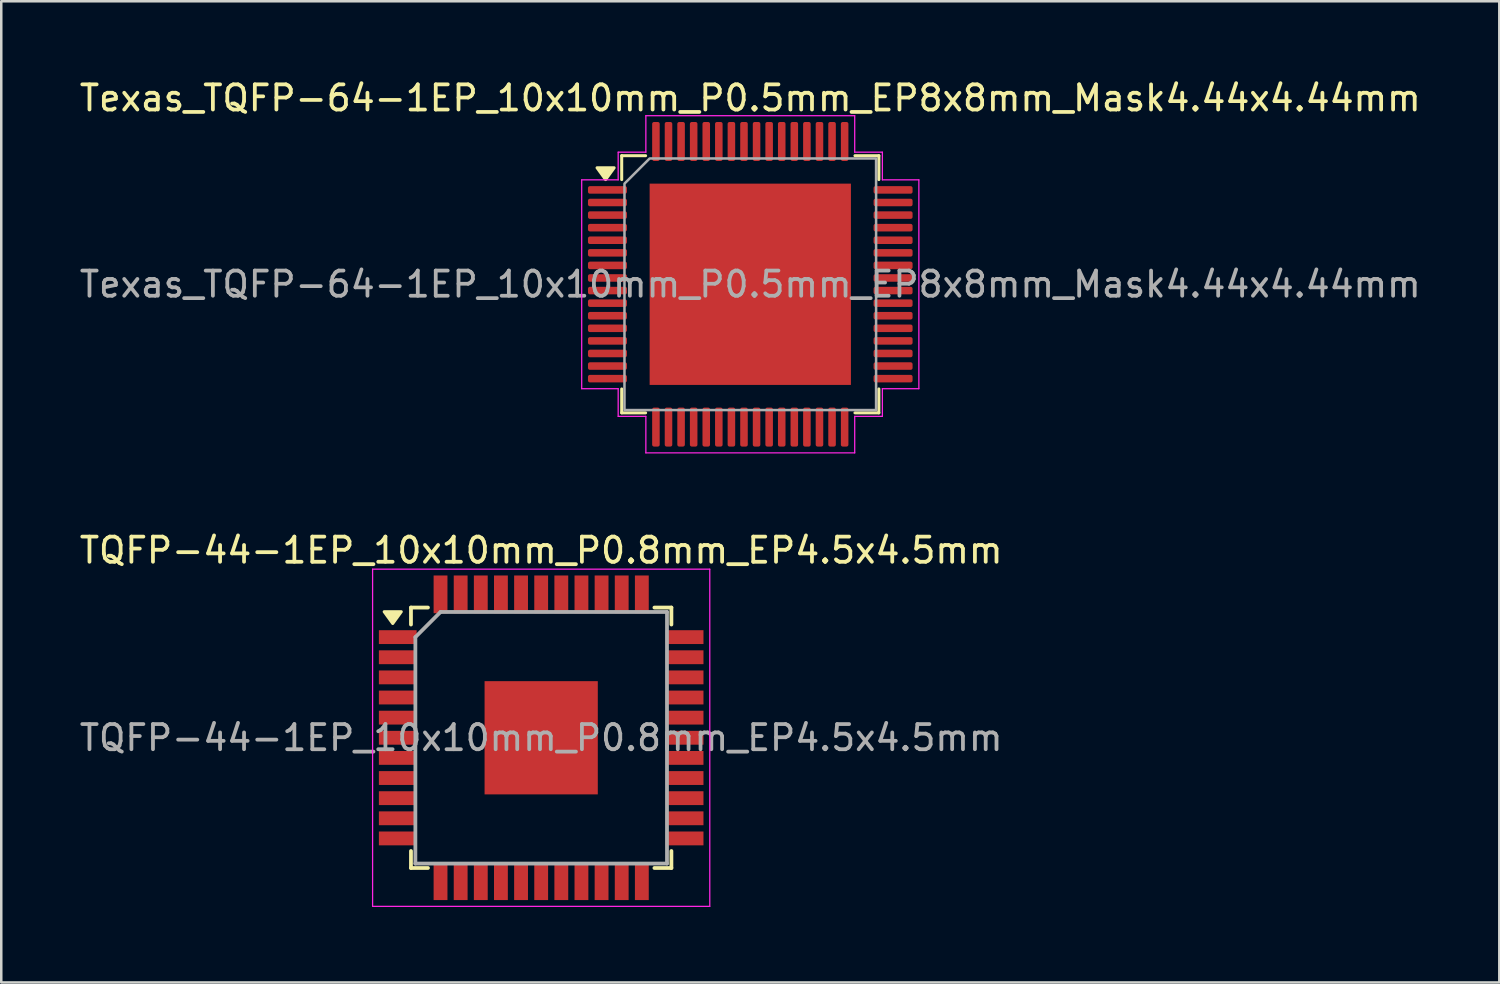
<source format=kicad_pcb>
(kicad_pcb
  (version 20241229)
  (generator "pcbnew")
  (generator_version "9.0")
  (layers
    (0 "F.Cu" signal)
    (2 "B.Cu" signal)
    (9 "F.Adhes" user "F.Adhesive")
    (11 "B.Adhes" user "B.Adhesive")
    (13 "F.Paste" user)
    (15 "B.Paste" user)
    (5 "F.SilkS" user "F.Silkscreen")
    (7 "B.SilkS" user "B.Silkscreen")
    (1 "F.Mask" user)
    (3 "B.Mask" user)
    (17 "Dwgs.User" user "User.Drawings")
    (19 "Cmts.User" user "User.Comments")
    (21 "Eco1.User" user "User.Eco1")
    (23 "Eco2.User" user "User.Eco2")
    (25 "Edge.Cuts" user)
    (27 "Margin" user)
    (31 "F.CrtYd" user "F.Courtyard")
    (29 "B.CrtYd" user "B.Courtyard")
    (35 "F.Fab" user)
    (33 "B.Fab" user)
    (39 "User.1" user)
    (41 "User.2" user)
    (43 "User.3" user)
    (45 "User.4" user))
  (footprint "TQFP-44-1EP_10x10mm_P0.8mm_EP4.5x4.5mm"
    (layer "F.Cu")
    (at 18.458 26.271)
    (property "Reference" "TQFP-44-1EP_10x10mm_P0.8mm_EP4.5x4.5mm" (at 0 -7.45 0) (layer "F.SilkS") (effects (font (size 1 1) (thickness 0.15))))
    (attr smd)
    (fp_line (start -5.175 -5.175) (end -4.5 -5.175) (stroke (width 0.15) (type solid)) (layer "F.SilkS"))
    (fp_line (start -5.175 -4.5) (end -5.175 -5.175) (stroke (width 0.15) (type solid)) (layer "F.SilkS"))
    (fp_line (start -5.175 5.175) (end -5.175 4.5) (stroke (width 0.15) (type solid)) (layer "F.SilkS"))
    (fp_line (start -5.175 5.175) (end -4.5 5.175) (stroke (width 0.15) (type solid)) (layer "F.SilkS"))
    (fp_line (start 5.175 -5.175) (end 4.5 -5.175) (stroke (width 0.15) (type solid)) (layer "F.SilkS"))
    (fp_line (start 5.175 -5.175) (end 5.175 -4.5) (stroke (width 0.15) (type solid)) (layer "F.SilkS"))
    (fp_line (start 5.175 5.175) (end 4.5 5.175) (stroke (width 0.15) (type solid)) (layer "F.SilkS"))
    (fp_line (start 5.175 5.175) (end 5.175 4.5) (stroke (width 0.15) (type solid)) (layer "F.SilkS"))
    (fp_poly (pts (xy -5.9 -4.54) (xy -6.24 -5.01) (xy -5.56 -5.01) (xy -5.9 -4.54)) (stroke (width 0.12) (type solid)) (fill yes) (layer "F.SilkS"))
    (fp_line (start -6.7 -6.7) (end -6.7 6.7) (stroke (width 0.05) (type solid)) (layer "F.CrtYd"))
    (fp_line (start -6.7 -6.7) (end 6.7 -6.7) (stroke (width 0.05) (type solid)) (layer "F.CrtYd"))
    (fp_line (start -6.7 6.7) (end 6.7 6.7) (stroke (width 0.05) (type solid)) (layer "F.CrtYd"))
    (fp_line (start 6.7 -6.7) (end 6.7 6.7) (stroke (width 0.05) (type solid)) (layer "F.CrtYd"))
    (fp_line (start -5 -4) (end -4 -5) (stroke (width 0.15) (type solid)) (layer "F.Fab"))
    (fp_line (start -5 5) (end -5 -4) (stroke (width 0.15) (type solid)) (layer "F.Fab"))
    (fp_line (start -4 -5) (end 5 -5) (stroke (width 0.15) (type solid)) (layer "F.Fab"))
    (fp_line (start 5 -5) (end 5 5) (stroke (width 0.15) (type solid)) (layer "F.Fab"))
    (fp_line (start 5 5) (end -5 5) (stroke (width 0.15) (type solid)) (layer "F.Fab"))
    (fp_text user "${REFERENCE}" (at 0 0 0) (layer "F.Fab") (effects (font (size 1 1) (thickness 0.15))))
    (pad "" smd rect (at -1.5 -1.5) (size 1.16 1.16) (layers "F.Paste"))
    (pad "" smd rect (at -1.5 0) (size 1.16 1.16) (layers "F.Paste"))
    (pad "" smd rect (at -1.5 1.5) (size 1.16 1.16) (layers "F.Paste"))
    (pad "" smd rect (at 0 -1.5) (size 1.16 1.16) (layers "F.Paste"))
    (pad "" smd rect (at 0 0) (size 1.16 1.16) (layers "F.Paste"))
    (pad "" smd rect (at 0 1.5) (size 1.16 1.16) (layers "F.Paste"))
    (pad "" smd rect (at 1.5 -1.5) (size 1.16 1.16) (layers "F.Paste"))
    (pad "" smd rect (at 1.5 0) (size 1.16 1.16) (layers "F.Paste"))
    (pad "" smd rect (at 1.5 1.5) (size 1.16 1.16) (layers "F.Paste"))
    (pad "1" smd rect (at -5.7 -4) (size 1.5 0.55) (layers "F.Cu" "F.Mask" "F.Paste"))
    (pad "2" smd rect (at -5.7 -3.2) (size 1.5 0.55) (layers "F.Cu" "F.Mask" "F.Paste"))
    (pad "3" smd rect (at -5.7 -2.4) (size 1.5 0.55) (layers "F.Cu" "F.Mask" "F.Paste"))
    (pad "4" smd rect (at -5.7 -1.6) (size 1.5 0.55) (layers "F.Cu" "F.Mask" "F.Paste"))
    (pad "5" smd rect (at -5.7 -0.8) (size 1.5 0.55) (layers "F.Cu" "F.Mask" "F.Paste"))
    (pad "6" smd rect (at -5.7 0) (size 1.5 0.55) (layers "F.Cu" "F.Mask" "F.Paste"))
    (pad "7" smd rect (at -5.7 0.8) (size 1.5 0.55) (layers "F.Cu" "F.Mask" "F.Paste"))
    (pad "8" smd rect (at -5.7 1.6) (size 1.5 0.55) (layers "F.Cu" "F.Mask" "F.Paste"))
    (pad "9" smd rect (at -5.7 2.4) (size 1.5 0.55) (layers "F.Cu" "F.Mask" "F.Paste"))
    (pad "10" smd rect (at -5.7 3.2) (size 1.5 0.55) (layers "F.Cu" "F.Mask" "F.Paste"))
    (pad "11" smd rect (at -5.7 4) (size 1.5 0.55) (layers "F.Cu" "F.Mask" "F.Paste"))
    (pad "12" smd rect (at -4 5.7 90) (size 1.5 0.55) (layers "F.Cu" "F.Mask" "F.Paste"))
    (pad "13" smd rect (at -3.2 5.7 90) (size 1.5 0.55) (layers "F.Cu" "F.Mask" "F.Paste"))
    (pad "14" smd rect (at -2.4 5.7 90) (size 1.5 0.55) (layers "F.Cu" "F.Mask" "F.Paste"))
    (pad "15" smd rect (at -1.6 5.7 90) (size 1.5 0.55) (layers "F.Cu" "F.Mask" "F.Paste"))
    (pad "16" smd rect (at -0.8 5.7 90) (size 1.5 0.55) (layers "F.Cu" "F.Mask" "F.Paste"))
    (pad "17" smd rect (at 0 5.7 90) (size 1.5 0.55) (layers "F.Cu" "F.Mask" "F.Paste"))
    (pad "18" smd rect (at 0.8 5.7 90) (size 1.5 0.55) (layers "F.Cu" "F.Mask" "F.Paste"))
    (pad "19" smd rect (at 1.6 5.7 90) (size 1.5 0.55) (layers "F.Cu" "F.Mask" "F.Paste"))
    (pad "20" smd rect (at 2.4 5.7 90) (size 1.5 0.55) (layers "F.Cu" "F.Mask" "F.Paste"))
    (pad "21" smd rect (at 3.2 5.7 90) (size 1.5 0.55) (layers "F.Cu" "F.Mask" "F.Paste"))
    (pad "22" smd rect (at 4 5.7 90) (size 1.5 0.55) (layers "F.Cu" "F.Mask" "F.Paste"))
    (pad "23" smd rect (at 5.7 4) (size 1.5 0.55) (layers "F.Cu" "F.Mask" "F.Paste"))
    (pad "24" smd rect (at 5.7 3.2) (size 1.5 0.55) (layers "F.Cu" "F.Mask" "F.Paste"))
    (pad "25" smd rect (at 5.7 2.4) (size 1.5 0.55) (layers "F.Cu" "F.Mask" "F.Paste"))
    (pad "26" smd rect (at 5.7 1.6) (size 1.5 0.55) (layers "F.Cu" "F.Mask" "F.Paste"))
    (pad "27" smd rect (at 5.7 0.8) (size 1.5 0.55) (layers "F.Cu" "F.Mask" "F.Paste"))
    (pad "28" smd rect (at 5.7 0) (size 1.5 0.55) (layers "F.Cu" "F.Mask" "F.Paste"))
    (pad "29" smd rect (at 5.7 -0.8) (size 1.5 0.55) (layers "F.Cu" "F.Mask" "F.Paste"))
    (pad "30" smd rect (at 5.7 -1.6) (size 1.5 0.55) (layers "F.Cu" "F.Mask" "F.Paste"))
    (pad "31" smd rect (at 5.7 -2.4) (size 1.5 0.55) (layers "F.Cu" "F.Mask" "F.Paste"))
    (pad "32" smd rect (at 5.7 -3.2) (size 1.5 0.55) (layers "F.Cu" "F.Mask" "F.Paste"))
    (pad "33" smd rect (at 5.7 -4) (size 1.5 0.55) (layers "F.Cu" "F.Mask" "F.Paste"))
    (pad "34" smd rect (at 4 -5.7 90) (size 1.5 0.55) (layers "F.Cu" "F.Mask" "F.Paste"))
    (pad "35" smd rect (at 3.2 -5.7 90) (size 1.5 0.55) (layers "F.Cu" "F.Mask" "F.Paste"))
    (pad "36" smd rect (at 2.4 -5.7 90) (size 1.5 0.55) (layers "F.Cu" "F.Mask" "F.Paste"))
    (pad "37" smd rect (at 1.6 -5.7 90) (size 1.5 0.55) (layers "F.Cu" "F.Mask" "F.Paste"))
    (pad "38" smd rect (at 0.8 -5.7 90) (size 1.5 0.55) (layers "F.Cu" "F.Mask" "F.Paste"))
    (pad "39" smd rect (at 0 -5.7 90) (size 1.5 0.55) (layers "F.Cu" "F.Mask" "F.Paste"))
    (pad "40" smd rect (at -0.8 -5.7 90) (size 1.5 0.55) (layers "F.Cu" "F.Mask" "F.Paste"))
    (pad "41" smd rect (at -1.6 -5.7 90) (size 1.5 0.55) (layers "F.Cu" "F.Mask" "F.Paste"))
    (pad "42" smd rect (at -2.4 -5.7 90) (size 1.5 0.55) (layers "F.Cu" "F.Mask" "F.Paste"))
    (pad "43" smd rect (at -3.2 -5.7 90) (size 1.5 0.55) (layers "F.Cu" "F.Mask" "F.Paste"))
    (pad "44" smd rect (at -4 -5.7 90) (size 1.5 0.55) (layers "F.Cu" "F.Mask" "F.Paste"))
    (pad "45" smd rect (at 0 0) (size 4.5 4.5) (layers "F.Cu" "F.Mask")))
  (footprint "Texas_TQFP-64-1EP_10x10mm_P0.5mm_EP8x8mm_Mask4.44x4.44mm"
    (layer "F.Cu")
    (at 26.768 8.248)
    (property "Reference" "Texas_TQFP-64-1EP_10x10mm_P0.5mm_EP8x8mm_Mask4.44x4.44mm" (at 0 -7.4 0) (layer "F.SilkS") (effects (font (size 1 1) (thickness 0.15))))
    (attr smd)
    (fp_line (start -5.11 -5.11) (end -4.16 -5.11) (stroke (width 0.12) (type solid)) (layer "F.SilkS"))
    (fp_line (start -5.11 -4.16) (end -5.11 -5.11) (stroke (width 0.12) (type solid)) (layer "F.SilkS"))
    (fp_line (start -5.11 5.11) (end -5.11 4.16) (stroke (width 0.12) (type solid)) (layer "F.SilkS"))
    (fp_line (start -4.16 5.11) (end -5.11 5.11) (stroke (width 0.12) (type solid)) (layer "F.SilkS"))
    (fp_line (start 4.16 -5.11) (end 5.11 -5.11) (stroke (width 0.12) (type solid)) (layer "F.SilkS"))
    (fp_line (start 5.11 -5.11) (end 5.11 -4.16) (stroke (width 0.12) (type solid)) (layer "F.SilkS"))
    (fp_line (start 5.11 4.16) (end 5.11 5.11) (stroke (width 0.12) (type solid)) (layer "F.SilkS"))
    (fp_line (start 5.11 5.11) (end 4.16 5.11) (stroke (width 0.12) (type solid)) (layer "F.SilkS"))
    (fp_poly (pts (xy -5.75 -4.16) (xy -6.09 -4.63) (xy -5.41 -4.63)) (stroke (width 0.12) (type solid)) (fill yes) (layer "F.SilkS"))
    (fp_line (start -6.7 -4.15) (end -5.25 -4.15) (stroke (width 0.05) (type solid)) (layer "F.CrtYd"))
    (fp_line (start -6.7 4.15) (end -6.7 -4.15) (stroke (width 0.05) (type solid)) (layer "F.CrtYd"))
    (fp_line (start -5.25 -5.25) (end -4.15 -5.25) (stroke (width 0.05) (type solid)) (layer "F.CrtYd"))
    (fp_line (start -5.25 -4.15) (end -5.25 -5.25) (stroke (width 0.05) (type solid)) (layer "F.CrtYd"))
    (fp_line (start -5.25 4.15) (end -6.7 4.15) (stroke (width 0.05) (type solid)) (layer "F.CrtYd"))
    (fp_line (start -5.25 5.25) (end -5.25 4.15) (stroke (width 0.05) (type solid)) (layer "F.CrtYd"))
    (fp_line (start -4.15 -6.7) (end 4.15 -6.7) (stroke (width 0.05) (type solid)) (layer "F.CrtYd"))
    (fp_line (start -4.15 -5.25) (end -4.15 -6.7) (stroke (width 0.05) (type solid)) (layer "F.CrtYd"))
    (fp_line (start -4.15 5.25) (end -5.25 5.25) (stroke (width 0.05) (type solid)) (layer "F.CrtYd"))
    (fp_line (start -4.15 6.7) (end -4.15 5.25) (stroke (width 0.05) (type solid)) (layer "F.CrtYd"))
    (fp_line (start 4.15 -6.7) (end 4.15 -5.25) (stroke (width 0.05) (type solid)) (layer "F.CrtYd"))
    (fp_line (start 4.15 -5.25) (end 5.25 -5.25) (stroke (width 0.05) (type solid)) (layer "F.CrtYd"))
    (fp_line (start 4.15 5.25) (end 4.15 6.7) (stroke (width 0.05) (type solid)) (layer "F.CrtYd"))
    (fp_line (start 4.15 6.7) (end -4.15 6.7) (stroke (width 0.05) (type solid)) (layer "F.CrtYd"))
    (fp_line (start 5.25 -5.25) (end 5.25 -4.15) (stroke (width 0.05) (type solid)) (layer "F.CrtYd"))
    (fp_line (start 5.25 -4.15) (end 6.7 -4.15) (stroke (width 0.05) (type solid)) (layer "F.CrtYd"))
    (fp_line (start 5.25 4.15) (end 5.25 5.25) (stroke (width 0.05) (type solid)) (layer "F.CrtYd"))
    (fp_line (start 5.25 5.25) (end 4.15 5.25) (stroke (width 0.05) (type solid)) (layer "F.CrtYd"))
    (fp_line (start 6.7 -4.15) (end 6.7 4.15) (stroke (width 0.05) (type solid)) (layer "F.CrtYd"))
    (fp_line (start 6.7 4.15) (end 5.25 4.15) (stroke (width 0.05) (type solid)) (layer "F.CrtYd"))
    (fp_poly (pts (xy -5 -4) (xy -5 5) (xy 5 5) (xy 5 -5) (xy -4 -5)) (stroke (width 0.1) (type solid)) (fill no) (layer "F.Fab"))
    (fp_text user "${REFERENCE}" (at 0 0 0) (layer "F.Fab") (effects (font (size 1 1) (thickness 0.15))))
    (pad "" smd roundrect (at -1.11 -1.11) (size 1.79 1.79) (layers "F.Paste") (roundrect_rratio 0.14))
    (pad "" smd roundrect (at -1.11 1.11) (size 1.79 1.79) (layers "F.Paste") (roundrect_rratio 0.14))
    (pad "" smd rect (at 0 0) (size 4.44 4.44) (layers "F.Mask"))
    (pad "" smd roundrect (at 1.11 -1.11) (size 1.79 1.79) (layers "F.Paste") (roundrect_rratio 0.14))
    (pad "" smd roundrect (at 1.11 1.11) (size 1.79 1.79) (layers "F.Paste") (roundrect_rratio 0.14))
    (pad "1" smd roundrect (at -5.675 -3.75) (size 1.55 0.3) (layers "F.Cu" "F.Mask" "F.Paste") (roundrect_rratio 0.25))
    (pad "2" smd roundrect (at -5.675 -3.25) (size 1.55 0.3) (layers "F.Cu" "F.Mask" "F.Paste") (roundrect_rratio 0.25))
    (pad "3" smd roundrect (at -5.675 -2.75) (size 1.55 0.3) (layers "F.Cu" "F.Mask" "F.Paste") (roundrect_rratio 0.25))
    (pad "4" smd roundrect (at -5.675 -2.25) (size 1.55 0.3) (layers "F.Cu" "F.Mask" "F.Paste") (roundrect_rratio 0.25))
    (pad "5" smd roundrect (at -5.675 -1.75) (size 1.55 0.3) (layers "F.Cu" "F.Mask" "F.Paste") (roundrect_rratio 0.25))
    (pad "6" smd roundrect (at -5.675 -1.25) (size 1.55 0.3) (layers "F.Cu" "F.Mask" "F.Paste") (roundrect_rratio 0.25))
    (pad "7" smd roundrect (at -5.675 -0.75) (size 1.55 0.3) (layers "F.Cu" "F.Mask" "F.Paste") (roundrect_rratio 0.25))
    (pad "8" smd roundrect (at -5.675 -0.25) (size 1.55 0.3) (layers "F.Cu" "F.Mask" "F.Paste") (roundrect_rratio 0.25))
    (pad "9" smd roundrect (at -5.675 0.25) (size 1.55 0.3) (layers "F.Cu" "F.Mask" "F.Paste") (roundrect_rratio 0.25))
    (pad "10" smd roundrect (at -5.675 0.75) (size 1.55 0.3) (layers "F.Cu" "F.Mask" "F.Paste") (roundrect_rratio 0.25))
    (pad "11" smd roundrect (at -5.675 1.25) (size 1.55 0.3) (layers "F.Cu" "F.Mask" "F.Paste") (roundrect_rratio 0.25))
    (pad "12" smd roundrect (at -5.675 1.75) (size 1.55 0.3) (layers "F.Cu" "F.Mask" "F.Paste") (roundrect_rratio 0.25))
    (pad "13" smd roundrect (at -5.675 2.25) (size 1.55 0.3) (layers "F.Cu" "F.Mask" "F.Paste") (roundrect_rratio 0.25))
    (pad "14" smd roundrect (at -5.675 2.75) (size 1.55 0.3) (layers "F.Cu" "F.Mask" "F.Paste") (roundrect_rratio 0.25))
    (pad "15" smd roundrect (at -5.675 3.25) (size 1.55 0.3) (layers "F.Cu" "F.Mask" "F.Paste") (roundrect_rratio 0.25))
    (pad "16" smd roundrect (at -5.675 3.75) (size 1.55 0.3) (layers "F.Cu" "F.Mask" "F.Paste") (roundrect_rratio 0.25))
    (pad "17" smd roundrect (at -3.75 5.675) (size 0.3 1.55) (layers "F.Cu" "F.Mask" "F.Paste") (roundrect_rratio 0.25))
    (pad "18" smd roundrect (at -3.25 5.675) (size 0.3 1.55) (layers "F.Cu" "F.Mask" "F.Paste") (roundrect_rratio 0.25))
    (pad "19" smd roundrect (at -2.75 5.675) (size 0.3 1.55) (layers "F.Cu" "F.Mask" "F.Paste") (roundrect_rratio 0.25))
    (pad "20" smd roundrect (at -2.25 5.675) (size 0.3 1.55) (layers "F.Cu" "F.Mask" "F.Paste") (roundrect_rratio 0.25))
    (pad "21" smd roundrect (at -1.75 5.675) (size 0.3 1.55) (layers "F.Cu" "F.Mask" "F.Paste") (roundrect_rratio 0.25))
    (pad "22" smd roundrect (at -1.25 5.675) (size 0.3 1.55) (layers "F.Cu" "F.Mask" "F.Paste") (roundrect_rratio 0.25))
    (pad "23" smd roundrect (at -0.75 5.675) (size 0.3 1.55) (layers "F.Cu" "F.Mask" "F.Paste") (roundrect_rratio 0.25))
    (pad "24" smd roundrect (at -0.25 5.675) (size 0.3 1.55) (layers "F.Cu" "F.Mask" "F.Paste") (roundrect_rratio 0.25))
    (pad "25" smd roundrect (at 0.25 5.675) (size 0.3 1.55) (layers "F.Cu" "F.Mask" "F.Paste") (roundrect_rratio 0.25))
    (pad "26" smd roundrect (at 0.75 5.675) (size 0.3 1.55) (layers "F.Cu" "F.Mask" "F.Paste") (roundrect_rratio 0.25))
    (pad "27" smd roundrect (at 1.25 5.675) (size 0.3 1.55) (layers "F.Cu" "F.Mask" "F.Paste") (roundrect_rratio 0.25))
    (pad "28" smd roundrect (at 1.75 5.675) (size 0.3 1.55) (layers "F.Cu" "F.Mask" "F.Paste") (roundrect_rratio 0.25))
    (pad "29" smd roundrect (at 2.25 5.675) (size 0.3 1.55) (layers "F.Cu" "F.Mask" "F.Paste") (roundrect_rratio 0.25))
    (pad "30" smd roundrect (at 2.75 5.675) (size 0.3 1.55) (layers "F.Cu" "F.Mask" "F.Paste") (roundrect_rratio 0.25))
    (pad "31" smd roundrect (at 3.25 5.675) (size 0.3 1.55) (layers "F.Cu" "F.Mask" "F.Paste") (roundrect_rratio 0.25))
    (pad "32" smd roundrect (at 3.75 5.675) (size 0.3 1.55) (layers "F.Cu" "F.Mask" "F.Paste") (roundrect_rratio 0.25))
    (pad "33" smd roundrect (at 5.675 3.75) (size 1.55 0.3) (layers "F.Cu" "F.Mask" "F.Paste") (roundrect_rratio 0.25))
    (pad "34" smd roundrect (at 5.675 3.25) (size 1.55 0.3) (layers "F.Cu" "F.Mask" "F.Paste") (roundrect_rratio 0.25))
    (pad "35" smd roundrect (at 5.675 2.75) (size 1.55 0.3) (layers "F.Cu" "F.Mask" "F.Paste") (roundrect_rratio 0.25))
    (pad "36" smd roundrect (at 5.675 2.25) (size 1.55 0.3) (layers "F.Cu" "F.Mask" "F.Paste") (roundrect_rratio 0.25))
    (pad "37" smd roundrect (at 5.675 1.75) (size 1.55 0.3) (layers "F.Cu" "F.Mask" "F.Paste") (roundrect_rratio 0.25))
    (pad "38" smd roundrect (at 5.675 1.25) (size 1.55 0.3) (layers "F.Cu" "F.Mask" "F.Paste") (roundrect_rratio 0.25))
    (pad "39" smd roundrect (at 5.675 0.75) (size 1.55 0.3) (layers "F.Cu" "F.Mask" "F.Paste") (roundrect_rratio 0.25))
    (pad "40" smd roundrect (at 5.675 0.25) (size 1.55 0.3) (layers "F.Cu" "F.Mask" "F.Paste") (roundrect_rratio 0.25))
    (pad "41" smd roundrect (at 5.675 -0.25) (size 1.55 0.3) (layers "F.Cu" "F.Mask" "F.Paste") (roundrect_rratio 0.25))
    (pad "42" smd roundrect (at 5.675 -0.75) (size 1.55 0.3) (layers "F.Cu" "F.Mask" "F.Paste") (roundrect_rratio 0.25))
    (pad "43" smd roundrect (at 5.675 -1.25) (size 1.55 0.3) (layers "F.Cu" "F.Mask" "F.Paste") (roundrect_rratio 0.25))
    (pad "44" smd roundrect (at 5.675 -1.75) (size 1.55 0.3) (layers "F.Cu" "F.Mask" "F.Paste") (roundrect_rratio 0.25))
    (pad "45" smd roundrect (at 5.675 -2.25) (size 1.55 0.3) (layers "F.Cu" "F.Mask" "F.Paste") (roundrect_rratio 0.25))
    (pad "46" smd roundrect (at 5.675 -2.75) (size 1.55 0.3) (layers "F.Cu" "F.Mask" "F.Paste") (roundrect_rratio 0.25))
    (pad "47" smd roundrect (at 5.675 -3.25) (size 1.55 0.3) (layers "F.Cu" "F.Mask" "F.Paste") (roundrect_rratio 0.25))
    (pad "48" smd roundrect (at 5.675 -3.75) (size 1.55 0.3) (layers "F.Cu" "F.Mask" "F.Paste") (roundrect_rratio 0.25))
    (pad "49" smd roundrect (at 3.75 -5.675) (size 0.3 1.55) (layers "F.Cu" "F.Mask" "F.Paste") (roundrect_rratio 0.25))
    (pad "50" smd roundrect (at 3.25 -5.675) (size 0.3 1.55) (layers "F.Cu" "F.Mask" "F.Paste") (roundrect_rratio 0.25))
    (pad "51" smd roundrect (at 2.75 -5.675) (size 0.3 1.55) (layers "F.Cu" "F.Mask" "F.Paste") (roundrect_rratio 0.25))
    (pad "52" smd roundrect (at 2.25 -5.675) (size 0.3 1.55) (layers "F.Cu" "F.Mask" "F.Paste") (roundrect_rratio 0.25))
    (pad "53" smd roundrect (at 1.75 -5.675) (size 0.3 1.55) (layers "F.Cu" "F.Mask" "F.Paste") (roundrect_rratio 0.25))
    (pad "54" smd roundrect (at 1.25 -5.675) (size 0.3 1.55) (layers "F.Cu" "F.Mask" "F.Paste") (roundrect_rratio 0.25))
    (pad "55" smd roundrect (at 0.75 -5.675) (size 0.3 1.55) (layers "F.Cu" "F.Mask" "F.Paste") (roundrect_rratio 0.25))
    (pad "56" smd roundrect (at 0.25 -5.675) (size 0.3 1.55) (layers "F.Cu" "F.Mask" "F.Paste") (roundrect_rratio 0.25))
    (pad "57" smd roundrect (at -0.25 -5.675) (size 0.3 1.55) (layers "F.Cu" "F.Mask" "F.Paste") (roundrect_rratio 0.25))
    (pad "58" smd roundrect (at -0.75 -5.675) (size 0.3 1.55) (layers "F.Cu" "F.Mask" "F.Paste") (roundrect_rratio 0.25))
    (pad "59" smd roundrect (at -1.25 -5.675) (size 0.3 1.55) (layers "F.Cu" "F.Mask" "F.Paste") (roundrect_rratio 0.25))
    (pad "60" smd roundrect (at -1.75 -5.675) (size 0.3 1.55) (layers "F.Cu" "F.Mask" "F.Paste") (roundrect_rratio 0.25))
    (pad "61" smd roundrect (at -2.25 -5.675) (size 0.3 1.55) (layers "F.Cu" "F.Mask" "F.Paste") (roundrect_rratio 0.25))
    (pad "62" smd roundrect (at -2.75 -5.675) (size 0.3 1.55) (layers "F.Cu" "F.Mask" "F.Paste") (roundrect_rratio 0.25))
    (pad "63" smd roundrect (at -3.25 -5.675) (size 0.3 1.55) (layers "F.Cu" "F.Mask" "F.Paste") (roundrect_rratio 0.25))
    (pad "64" smd roundrect (at -3.75 -5.675) (size 0.3 1.55) (layers "F.Cu" "F.Mask" "F.Paste") (roundrect_rratio 0.25))
    (pad "65" smd rect (at 0 0) (size 8 8) (property pad_prop_heatsink) (layers "F.Cu")))
  (gr_rect
    (start -3 -3)
    (end 56.536 35.996)
    (stroke (width 0.1) (type default))
    (fill no)
    (layer "Edge.Cuts")))
</source>
